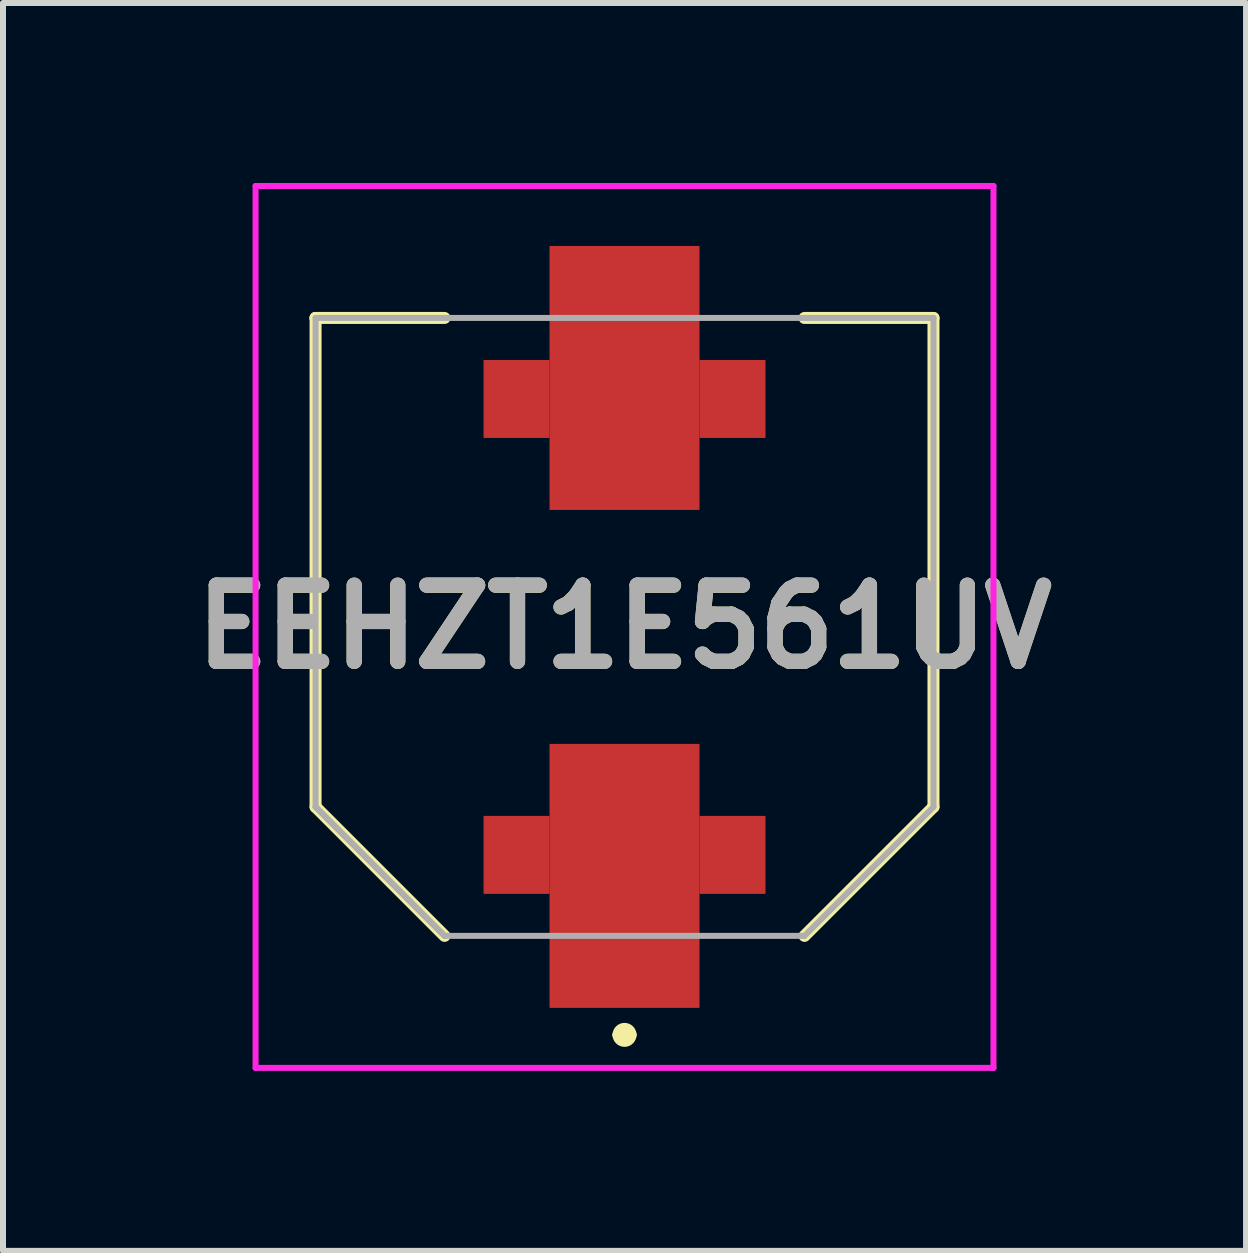
<source format=kicad_pcb>
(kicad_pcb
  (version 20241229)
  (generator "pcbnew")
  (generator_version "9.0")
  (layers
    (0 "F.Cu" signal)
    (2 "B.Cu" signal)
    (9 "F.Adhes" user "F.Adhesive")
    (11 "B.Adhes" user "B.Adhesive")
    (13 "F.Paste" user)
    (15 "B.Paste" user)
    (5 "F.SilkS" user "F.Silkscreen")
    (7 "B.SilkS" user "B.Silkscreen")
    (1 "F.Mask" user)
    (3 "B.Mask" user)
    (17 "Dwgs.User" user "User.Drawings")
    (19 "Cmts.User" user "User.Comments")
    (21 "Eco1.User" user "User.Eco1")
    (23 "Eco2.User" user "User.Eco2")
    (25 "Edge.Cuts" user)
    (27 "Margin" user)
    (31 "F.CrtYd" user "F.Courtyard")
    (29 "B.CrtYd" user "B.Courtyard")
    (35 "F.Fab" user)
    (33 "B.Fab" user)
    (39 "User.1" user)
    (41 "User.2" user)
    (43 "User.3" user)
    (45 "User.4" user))
  (footprint "EEHZT1E561UV"
    (layer "F.Cu")
    (at 7.36 7.4)
    (property "Reference" "EEHZT1E561UV" (at 0 0 0) (layer "F.SilkS") (effects (font (size 1.27 1.27) (thickness 0.254))))
    (attr smd)
    (fp_line (start -5.15 -5.15) (end -5.15 -5.15) (stroke (width 0.2) (type solid)) (layer "F.SilkS"))
    (fp_line (start -5.15 -5.15) (end -3 -5.15) (stroke (width 0.2) (type solid)) (layer "F.SilkS"))
    (fp_line (start -5.15 3) (end -5.15 -5.15) (stroke (width 0.2) (type solid)) (layer "F.SilkS"))
    (fp_line (start -3 5.15) (end -5.15 3) (stroke (width 0.2) (type solid)) (layer "F.SilkS"))
    (fp_line (start -0.1 6.8) (end -0.1 6.8) (stroke (width 0.2) (type solid)) (layer "F.SilkS"))
    (fp_line (start 0.1 6.8) (end 0.1 6.8) (stroke (width 0.2) (type solid)) (layer "F.SilkS"))
    (fp_line (start 3 -5.15) (end 5.15 -5.15) (stroke (width 0.2) (type solid)) (layer "F.SilkS"))
    (fp_line (start 5.15 -5.15) (end 5.15 3) (stroke (width 0.2) (type solid)) (layer "F.SilkS"))
    (fp_line (start 5.15 3) (end 3 5.15) (stroke (width 0.2) (type solid)) (layer "F.SilkS"))
    (fp_arc (start -0.1 6.8) (mid 0 6.7) (end 0.1 6.8) (stroke (width 0.2) (type solid)) (layer "F.SilkS"))
    (fp_arc (start 0.1 6.8) (mid 0 6.9) (end -0.1 6.8) (stroke (width 0.2) (type solid)) (layer "F.SilkS"))
    (fp_line (start -6.15 -7.35) (end -6.15 7.35) (stroke (width 0.1) (type solid)) (layer "F.CrtYd"))
    (fp_line (start -6.15 7.35) (end 6.15 7.35) (stroke (width 0.1) (type solid)) (layer "F.CrtYd"))
    (fp_line (start 6.15 -7.35) (end -6.15 -7.35) (stroke (width 0.1) (type solid)) (layer "F.CrtYd"))
    (fp_line (start 6.15 7.35) (end 6.15 -7.35) (stroke (width 0.1) (type solid)) (layer "F.CrtYd"))
    (fp_line (start -5.15 -5.15) (end 5.15 -5.15) (stroke (width 0.1) (type solid)) (layer "F.Fab"))
    (fp_line (start -5.15 3) (end -5.15 -5.15) (stroke (width 0.1) (type solid)) (layer "F.Fab"))
    (fp_line (start -3 5.15) (end -5.15 3) (stroke (width 0.1) (type solid)) (layer "F.Fab"))
    (fp_line (start -3 5.15) (end -5.15 3) (stroke (width 0.1) (type solid)) (layer "F.Fab"))
    (fp_line (start 3 5.15) (end -3 5.15) (stroke (width 0.1) (type solid)) (layer "F.Fab"))
    (fp_line (start 5.15 -5.15) (end 5.15 3) (stroke (width 0.1) (type solid)) (layer "F.Fab"))
    (fp_line (start 5.15 3) (end 3 5.15) (stroke (width 0.1) (type solid)) (layer "F.Fab"))
    (fp_text user "${REFERENCE}" (at 0 0 0) (layer "F.Fab") (effects (font (size 1.27 1.27) (thickness 0.254))))
    (pad "1" smd rect (at 0 4.15) (size 2.5 4.4) (layers "F.Cu" "F.Mask" "F.Paste"))
    (pad "2" smd rect (at 0 -4.15) (size 2.5 4.4) (layers "F.Cu" "F.Mask" "F.Paste"))
    (pad "3" smd rect (at -1.8 3.8) (size 1.1 1.3) (layers "F.Cu" "F.Mask" "F.Paste"))
    (pad "4" smd rect (at 1.8 3.8) (size 1.1 1.3) (layers "F.Cu" "F.Mask" "F.Paste"))
    (pad "5" smd rect (at -1.8 -3.8) (size 1.1 1.3) (layers "F.Cu" "F.Mask" "F.Paste"))
    (pad "6" smd rect (at 1.8 -3.8) (size 1.1 1.3) (layers "F.Cu" "F.Mask" "F.Paste")))
  (gr_rect
    (start -3 -3)
    (end 17.72 17.8)
    (stroke (width 0.1) (type default))
    (fill no)
    (layer "Edge.Cuts")))
</source>
